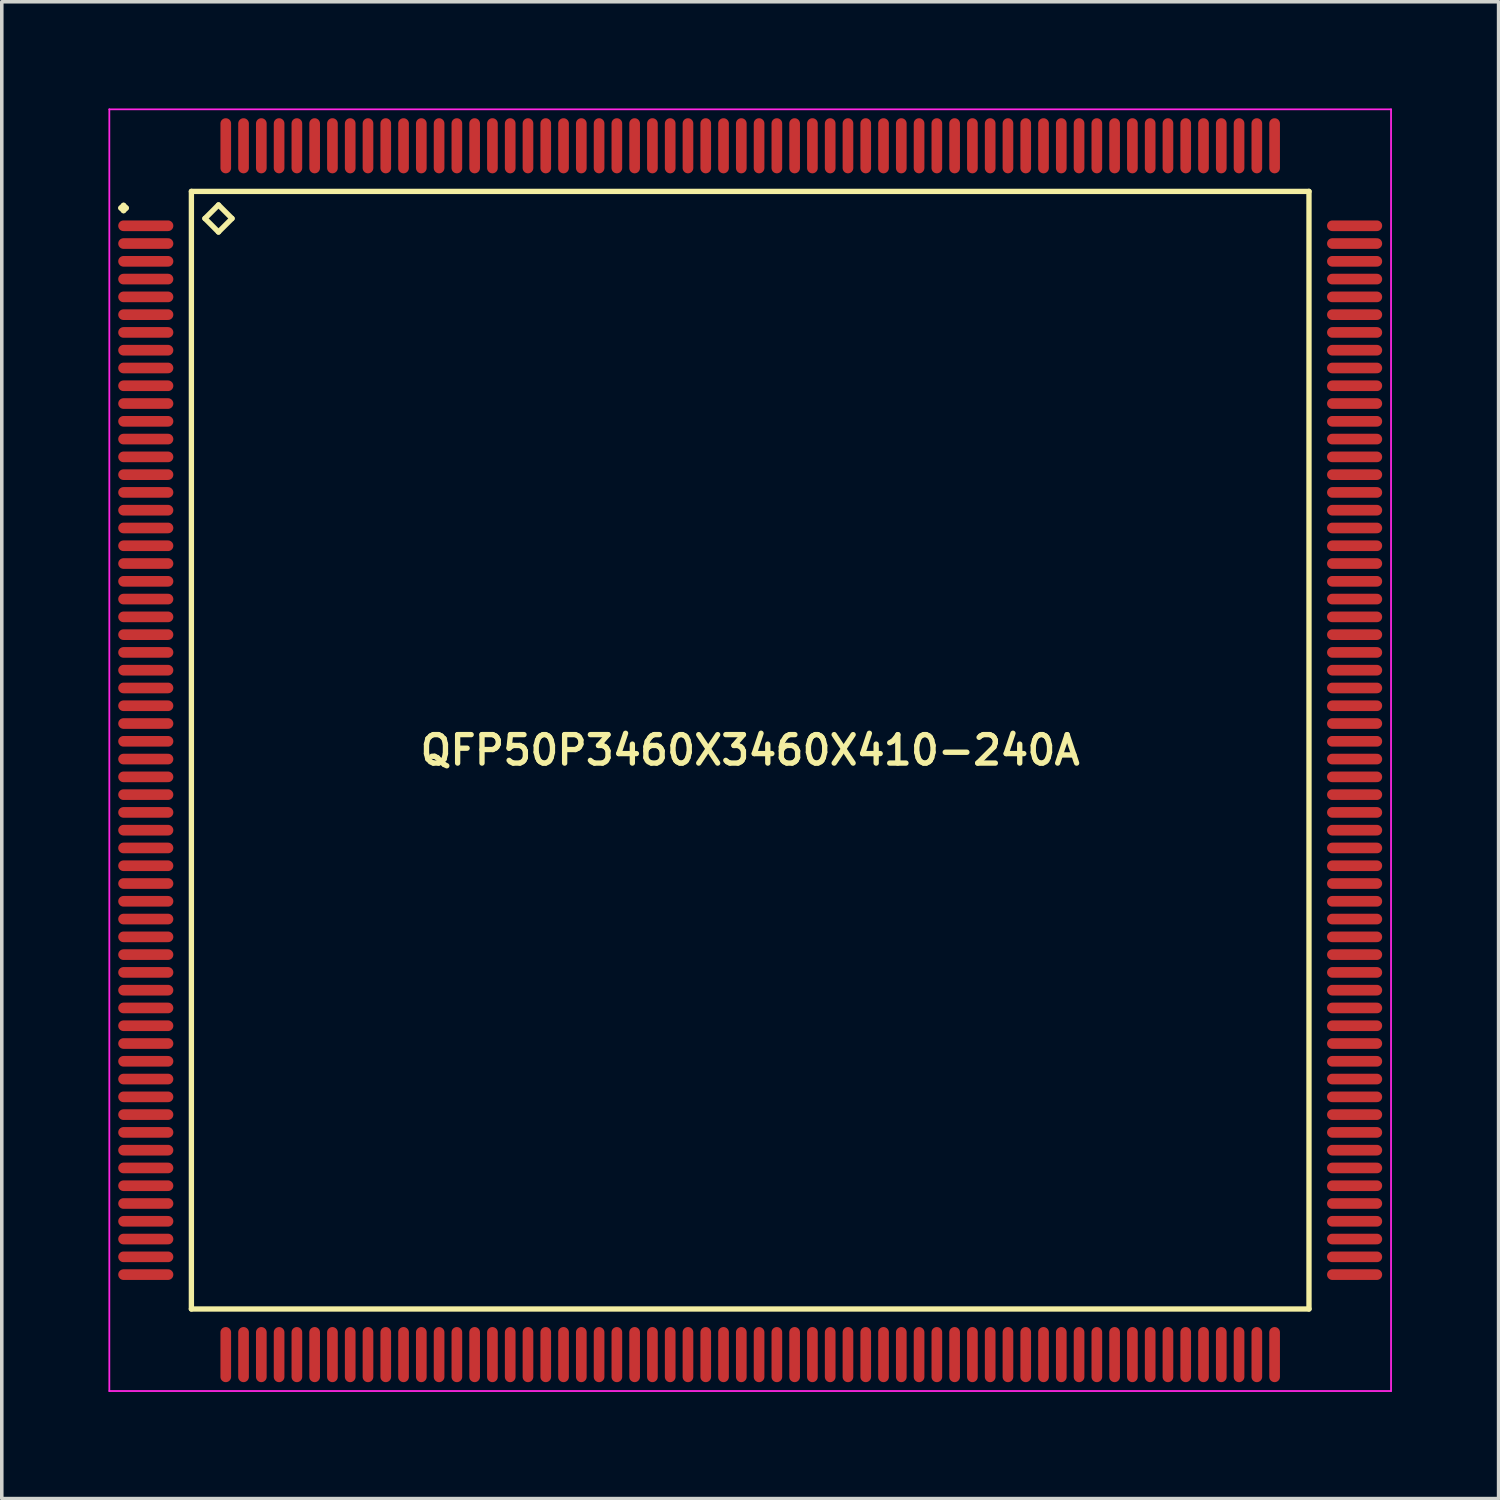
<source format=kicad_pcb>
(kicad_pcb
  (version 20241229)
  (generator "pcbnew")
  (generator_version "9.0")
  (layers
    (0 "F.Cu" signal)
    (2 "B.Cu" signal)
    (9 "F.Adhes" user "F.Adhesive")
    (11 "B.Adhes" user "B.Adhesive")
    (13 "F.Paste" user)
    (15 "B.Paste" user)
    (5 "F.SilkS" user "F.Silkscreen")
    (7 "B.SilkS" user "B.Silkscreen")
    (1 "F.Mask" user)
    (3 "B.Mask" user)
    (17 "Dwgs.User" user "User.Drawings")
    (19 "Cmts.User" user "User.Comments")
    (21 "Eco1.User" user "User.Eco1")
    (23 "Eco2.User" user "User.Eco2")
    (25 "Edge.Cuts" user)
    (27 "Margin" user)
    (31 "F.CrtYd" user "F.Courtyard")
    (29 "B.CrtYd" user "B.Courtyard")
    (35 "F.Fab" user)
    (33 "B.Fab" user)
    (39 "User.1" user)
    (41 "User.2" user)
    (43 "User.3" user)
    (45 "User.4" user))
  (footprint "QFP50P3460X3460X410-240A"
    (layer "F.Cu")
    (at 18.05 18.05)
    (property "Reference" "QFP50P3460X3460X410-240A" (at 0 0 0) (layer "F.SilkS") (effects (font (size 0.8 0.8) (thickness 0.15))))
    (attr smd)
    (fp_line (start -17.7 -15.25) (end -17.625 -15.325) (stroke (width 0.15) (type solid)) (layer "F.SilkS"))
    (fp_line (start -17.625 -15.325) (end -17.55 -15.25) (stroke (width 0.15) (type solid)) (layer "F.SilkS"))
    (fp_line (start -17.625 -15.175) (end -17.7 -15.25) (stroke (width 0.15) (type solid)) (layer "F.SilkS"))
    (fp_line (start -17.55 -15.25) (end -17.625 -15.175) (stroke (width 0.15) (type solid)) (layer "F.SilkS"))
    (fp_line (start -15.717 -15.717) (end -15.717 15.717) (stroke (width 0.15) (type solid)) (layer "F.SilkS"))
    (fp_line (start -15.717 15.717) (end 15.717 15.717) (stroke (width 0.15) (type solid)) (layer "F.SilkS"))
    (fp_line (start -15.336 -14.955) (end -14.955 -15.336) (stroke (width 0.15) (type solid)) (layer "F.SilkS"))
    (fp_line (start -14.955 -15.336) (end -14.574 -14.955) (stroke (width 0.15) (type solid)) (layer "F.SilkS"))
    (fp_line (start -14.955 -14.574) (end -15.336 -14.955) (stroke (width 0.15) (type solid)) (layer "F.SilkS"))
    (fp_line (start -14.574 -14.955) (end -14.955 -14.574) (stroke (width 0.15) (type solid)) (layer "F.SilkS"))
    (fp_line (start 15.717 -15.717) (end -15.717 -15.717) (stroke (width 0.15) (type solid)) (layer "F.SilkS"))
    (fp_line (start 15.717 15.717) (end 15.717 -15.717) (stroke (width 0.15) (type solid)) (layer "F.SilkS"))
    (fp_line (start -18.025 -18.025) (end 18.025 -18.025) (stroke (width 0.05) (type solid)) (layer "F.CrtYd"))
    (fp_line (start -18.025 18.025) (end -18.025 -18.025) (stroke (width 0.05) (type solid)) (layer "F.CrtYd"))
    (fp_line (start 18.025 -18.025) (end 18.025 18.025) (stroke (width 0.05) (type solid)) (layer "F.CrtYd"))
    (fp_line (start 18.025 18.025) (end -18.025 18.025) (stroke (width 0.05) (type solid)) (layer "F.CrtYd"))
    (pad "1" smd oval (at -17 -14.75) (size 1.55 0.3) (layers "F.Cu" "F.Mask" "F.Paste"))
    (pad "2" smd oval (at -17 -14.25) (size 1.55 0.3) (layers "F.Cu" "F.Mask" "F.Paste"))
    (pad "3" smd oval (at -17 -13.75) (size 1.55 0.3) (layers "F.Cu" "F.Mask" "F.Paste"))
    (pad "4" smd oval (at -17 -13.25) (size 1.55 0.3) (layers "F.Cu" "F.Mask" "F.Paste"))
    (pad "5" smd oval (at -17 -12.75) (size 1.55 0.3) (layers "F.Cu" "F.Mask" "F.Paste"))
    (pad "6" smd oval (at -17 -12.25) (size 1.55 0.3) (layers "F.Cu" "F.Mask" "F.Paste"))
    (pad "7" smd oval (at -17 -11.75) (size 1.55 0.3) (layers "F.Cu" "F.Mask" "F.Paste"))
    (pad "8" smd oval (at -17 -11.25) (size 1.55 0.3) (layers "F.Cu" "F.Mask" "F.Paste"))
    (pad "9" smd oval (at -17 -10.75) (size 1.55 0.3) (layers "F.Cu" "F.Mask" "F.Paste"))
    (pad "10" smd oval (at -17 -10.25) (size 1.55 0.3) (layers "F.Cu" "F.Mask" "F.Paste"))
    (pad "11" smd oval (at -17 -9.75) (size 1.55 0.3) (layers "F.Cu" "F.Mask" "F.Paste"))
    (pad "12" smd oval (at -17 -9.25) (size 1.55 0.3) (layers "F.Cu" "F.Mask" "F.Paste"))
    (pad "13" smd oval (at -17 -8.75) (size 1.55 0.3) (layers "F.Cu" "F.Mask" "F.Paste"))
    (pad "14" smd oval (at -17 -8.25) (size 1.55 0.3) (layers "F.Cu" "F.Mask" "F.Paste"))
    (pad "15" smd oval (at -17 -7.75) (size 1.55 0.3) (layers "F.Cu" "F.Mask" "F.Paste"))
    (pad "16" smd oval (at -17 -7.25) (size 1.55 0.3) (layers "F.Cu" "F.Mask" "F.Paste"))
    (pad "17" smd oval (at -17 -6.75) (size 1.55 0.3) (layers "F.Cu" "F.Mask" "F.Paste"))
    (pad "18" smd oval (at -17 -6.25) (size 1.55 0.3) (layers "F.Cu" "F.Mask" "F.Paste"))
    (pad "19" smd oval (at -17 -5.75) (size 1.55 0.3) (layers "F.Cu" "F.Mask" "F.Paste"))
    (pad "20" smd oval (at -17 -5.25) (size 1.55 0.3) (layers "F.Cu" "F.Mask" "F.Paste"))
    (pad "21" smd oval (at -17 -4.75) (size 1.55 0.3) (layers "F.Cu" "F.Mask" "F.Paste"))
    (pad "22" smd oval (at -17 -4.25) (size 1.55 0.3) (layers "F.Cu" "F.Mask" "F.Paste"))
    (pad "23" smd oval (at -17 -3.75) (size 1.55 0.3) (layers "F.Cu" "F.Mask" "F.Paste"))
    (pad "24" smd oval (at -17 -3.25) (size 1.55 0.3) (layers "F.Cu" "F.Mask" "F.Paste"))
    (pad "25" smd oval (at -17 -2.75) (size 1.55 0.3) (layers "F.Cu" "F.Mask" "F.Paste"))
    (pad "26" smd oval (at -17 -2.25) (size 1.55 0.3) (layers "F.Cu" "F.Mask" "F.Paste"))
    (pad "27" smd oval (at -17 -1.75) (size 1.55 0.3) (layers "F.Cu" "F.Mask" "F.Paste"))
    (pad "28" smd oval (at -17 -1.25) (size 1.55 0.3) (layers "F.Cu" "F.Mask" "F.Paste"))
    (pad "29" smd oval (at -17 -0.75) (size 1.55 0.3) (layers "F.Cu" "F.Mask" "F.Paste"))
    (pad "30" smd oval (at -17 -0.25) (size 1.55 0.3) (layers "F.Cu" "F.Mask" "F.Paste"))
    (pad "31" smd oval (at -17 0.25) (size 1.55 0.3) (layers "F.Cu" "F.Mask" "F.Paste"))
    (pad "32" smd oval (at -17 0.75) (size 1.55 0.3) (layers "F.Cu" "F.Mask" "F.Paste"))
    (pad "33" smd oval (at -17 1.25) (size 1.55 0.3) (layers "F.Cu" "F.Mask" "F.Paste"))
    (pad "34" smd oval (at -17 1.75) (size 1.55 0.3) (layers "F.Cu" "F.Mask" "F.Paste"))
    (pad "35" smd oval (at -17 2.25) (size 1.55 0.3) (layers "F.Cu" "F.Mask" "F.Paste"))
    (pad "36" smd oval (at -17 2.75) (size 1.55 0.3) (layers "F.Cu" "F.Mask" "F.Paste"))
    (pad "37" smd oval (at -17 3.25) (size 1.55 0.3) (layers "F.Cu" "F.Mask" "F.Paste"))
    (pad "38" smd oval (at -17 3.75) (size 1.55 0.3) (layers "F.Cu" "F.Mask" "F.Paste"))
    (pad "39" smd oval (at -17 4.25) (size 1.55 0.3) (layers "F.Cu" "F.Mask" "F.Paste"))
    (pad "40" smd oval (at -17 4.75) (size 1.55 0.3) (layers "F.Cu" "F.Mask" "F.Paste"))
    (pad "41" smd oval (at -17 5.25) (size 1.55 0.3) (layers "F.Cu" "F.Mask" "F.Paste"))
    (pad "42" smd oval (at -17 5.75) (size 1.55 0.3) (layers "F.Cu" "F.Mask" "F.Paste"))
    (pad "43" smd oval (at -17 6.25) (size 1.55 0.3) (layers "F.Cu" "F.Mask" "F.Paste"))
    (pad "44" smd oval (at -17 6.75) (size 1.55 0.3) (layers "F.Cu" "F.Mask" "F.Paste"))
    (pad "45" smd oval (at -17 7.25) (size 1.55 0.3) (layers "F.Cu" "F.Mask" "F.Paste"))
    (pad "46" smd oval (at -17 7.75) (size 1.55 0.3) (layers "F.Cu" "F.Mask" "F.Paste"))
    (pad "47" smd oval (at -17 8.25) (size 1.55 0.3) (layers "F.Cu" "F.Mask" "F.Paste"))
    (pad "48" smd oval (at -17 8.75) (size 1.55 0.3) (layers "F.Cu" "F.Mask" "F.Paste"))
    (pad "49" smd oval (at -17 9.25) (size 1.55 0.3) (layers "F.Cu" "F.Mask" "F.Paste"))
    (pad "50" smd oval (at -17 9.75) (size 1.55 0.3) (layers "F.Cu" "F.Mask" "F.Paste"))
    (pad "51" smd oval (at -17 10.25) (size 1.55 0.3) (layers "F.Cu" "F.Mask" "F.Paste"))
    (pad "52" smd oval (at -17 10.75) (size 1.55 0.3) (layers "F.Cu" "F.Mask" "F.Paste"))
    (pad "53" smd oval (at -17 11.25) (size 1.55 0.3) (layers "F.Cu" "F.Mask" "F.Paste"))
    (pad "54" smd oval (at -17 11.75) (size 1.55 0.3) (layers "F.Cu" "F.Mask" "F.Paste"))
    (pad "55" smd oval (at -17 12.25) (size 1.55 0.3) (layers "F.Cu" "F.Mask" "F.Paste"))
    (pad "56" smd oval (at -17 12.75) (size 1.55 0.3) (layers "F.Cu" "F.Mask" "F.Paste"))
    (pad "57" smd oval (at -17 13.25) (size 1.55 0.3) (layers "F.Cu" "F.Mask" "F.Paste"))
    (pad "58" smd oval (at -17 13.75) (size 1.55 0.3) (layers "F.Cu" "F.Mask" "F.Paste"))
    (pad "59" smd oval (at -17 14.25) (size 1.55 0.3) (layers "F.Cu" "F.Mask" "F.Paste"))
    (pad "60" smd oval (at -17 14.75) (size 1.55 0.3) (layers "F.Cu" "F.Mask" "F.Paste"))
    (pad "61" smd oval (at -14.75 17) (size 0.3 1.55) (layers "F.Cu" "F.Mask" "F.Paste"))
    (pad "62" smd oval (at -14.25 17) (size 0.3 1.55) (layers "F.Cu" "F.Mask" "F.Paste"))
    (pad "63" smd oval (at -13.75 17) (size 0.3 1.55) (layers "F.Cu" "F.Mask" "F.Paste"))
    (pad "64" smd oval (at -13.25 17) (size 0.3 1.55) (layers "F.Cu" "F.Mask" "F.Paste"))
    (pad "65" smd oval (at -12.75 17) (size 0.3 1.55) (layers "F.Cu" "F.Mask" "F.Paste"))
    (pad "66" smd oval (at -12.25 17) (size 0.3 1.55) (layers "F.Cu" "F.Mask" "F.Paste"))
    (pad "67" smd oval (at -11.75 17) (size 0.3 1.55) (layers "F.Cu" "F.Mask" "F.Paste"))
    (pad "68" smd oval (at -11.25 17) (size 0.3 1.55) (layers "F.Cu" "F.Mask" "F.Paste"))
    (pad "69" smd oval (at -10.75 17) (size 0.3 1.55) (layers "F.Cu" "F.Mask" "F.Paste"))
    (pad "70" smd oval (at -10.25 17) (size 0.3 1.55) (layers "F.Cu" "F.Mask" "F.Paste"))
    (pad "71" smd oval (at -9.75 17) (size 0.3 1.55) (layers "F.Cu" "F.Mask" "F.Paste"))
    (pad "72" smd oval (at -9.25 17) (size 0.3 1.55) (layers "F.Cu" "F.Mask" "F.Paste"))
    (pad "73" smd oval (at -8.75 17) (size 0.3 1.55) (layers "F.Cu" "F.Mask" "F.Paste"))
    (pad "74" smd oval (at -8.25 17) (size 0.3 1.55) (layers "F.Cu" "F.Mask" "F.Paste"))
    (pad "75" smd oval (at -7.75 17) (size 0.3 1.55) (layers "F.Cu" "F.Mask" "F.Paste"))
    (pad "76" smd oval (at -7.25 17) (size 0.3 1.55) (layers "F.Cu" "F.Mask" "F.Paste"))
    (pad "77" smd oval (at -6.75 17) (size 0.3 1.55) (layers "F.Cu" "F.Mask" "F.Paste"))
    (pad "78" smd oval (at -6.25 17) (size 0.3 1.55) (layers "F.Cu" "F.Mask" "F.Paste"))
    (pad "79" smd oval (at -5.75 17) (size 0.3 1.55) (layers "F.Cu" "F.Mask" "F.Paste"))
    (pad "80" smd oval (at -5.25 17) (size 0.3 1.55) (layers "F.Cu" "F.Mask" "F.Paste"))
    (pad "81" smd oval (at -4.75 17) (size 0.3 1.55) (layers "F.Cu" "F.Mask" "F.Paste"))
    (pad "82" smd oval (at -4.25 17) (size 0.3 1.55) (layers "F.Cu" "F.Mask" "F.Paste"))
    (pad "83" smd oval (at -3.75 17) (size 0.3 1.55) (layers "F.Cu" "F.Mask" "F.Paste"))
    (pad "84" smd oval (at -3.25 17) (size 0.3 1.55) (layers "F.Cu" "F.Mask" "F.Paste"))
    (pad "85" smd oval (at -2.75 17) (size 0.3 1.55) (layers "F.Cu" "F.Mask" "F.Paste"))
    (pad "86" smd oval (at -2.25 17) (size 0.3 1.55) (layers "F.Cu" "F.Mask" "F.Paste"))
    (pad "87" smd oval (at -1.75 17) (size 0.3 1.55) (layers "F.Cu" "F.Mask" "F.Paste"))
    (pad "88" smd oval (at -1.25 17) (size 0.3 1.55) (layers "F.Cu" "F.Mask" "F.Paste"))
    (pad "89" smd oval (at -0.75 17) (size 0.3 1.55) (layers "F.Cu" "F.Mask" "F.Paste"))
    (pad "90" smd oval (at -0.25 17) (size 0.3 1.55) (layers "F.Cu" "F.Mask" "F.Paste"))
    (pad "91" smd oval (at 0.25 17) (size 0.3 1.55) (layers "F.Cu" "F.Mask" "F.Paste"))
    (pad "92" smd oval (at 0.75 17) (size 0.3 1.55) (layers "F.Cu" "F.Mask" "F.Paste"))
    (pad "93" smd oval (at 1.25 17) (size 0.3 1.55) (layers "F.Cu" "F.Mask" "F.Paste"))
    (pad "94" smd oval (at 1.75 17) (size 0.3 1.55) (layers "F.Cu" "F.Mask" "F.Paste"))
    (pad "95" smd oval (at 2.25 17) (size 0.3 1.55) (layers "F.Cu" "F.Mask" "F.Paste"))
    (pad "96" smd oval (at 2.75 17) (size 0.3 1.55) (layers "F.Cu" "F.Mask" "F.Paste"))
    (pad "97" smd oval (at 3.25 17) (size 0.3 1.55) (layers "F.Cu" "F.Mask" "F.Paste"))
    (pad "98" smd oval (at 3.75 17) (size 0.3 1.55) (layers "F.Cu" "F.Mask" "F.Paste"))
    (pad "99" smd oval (at 4.25 17) (size 0.3 1.55) (layers "F.Cu" "F.Mask" "F.Paste"))
    (pad "100" smd oval (at 4.75 17) (size 0.3 1.55) (layers "F.Cu" "F.Mask" "F.Paste"))
    (pad "101" smd oval (at 5.25 17) (size 0.3 1.55) (layers "F.Cu" "F.Mask" "F.Paste"))
    (pad "102" smd oval (at 5.75 17) (size 0.3 1.55) (layers "F.Cu" "F.Mask" "F.Paste"))
    (pad "103" smd oval (at 6.25 17) (size 0.3 1.55) (layers "F.Cu" "F.Mask" "F.Paste"))
    (pad "104" smd oval (at 6.75 17) (size 0.3 1.55) (layers "F.Cu" "F.Mask" "F.Paste"))
    (pad "105" smd oval (at 7.25 17) (size 0.3 1.55) (layers "F.Cu" "F.Mask" "F.Paste"))
    (pad "106" smd oval (at 7.75 17) (size 0.3 1.55) (layers "F.Cu" "F.Mask" "F.Paste"))
    (pad "107" smd oval (at 8.25 17) (size 0.3 1.55) (layers "F.Cu" "F.Mask" "F.Paste"))
    (pad "108" smd oval (at 8.75 17) (size 0.3 1.55) (layers "F.Cu" "F.Mask" "F.Paste"))
    (pad "109" smd oval (at 9.25 17) (size 0.3 1.55) (layers "F.Cu" "F.Mask" "F.Paste"))
    (pad "110" smd oval (at 9.75 17) (size 0.3 1.55) (layers "F.Cu" "F.Mask" "F.Paste"))
    (pad "111" smd oval (at 10.25 17) (size 0.3 1.55) (layers "F.Cu" "F.Mask" "F.Paste"))
    (pad "112" smd oval (at 10.75 17) (size 0.3 1.55) (layers "F.Cu" "F.Mask" "F.Paste"))
    (pad "113" smd oval (at 11.25 17) (size 0.3 1.55) (layers "F.Cu" "F.Mask" "F.Paste"))
    (pad "114" smd oval (at 11.75 17) (size 0.3 1.55) (layers "F.Cu" "F.Mask" "F.Paste"))
    (pad "115" smd oval (at 12.25 17) (size 0.3 1.55) (layers "F.Cu" "F.Mask" "F.Paste"))
    (pad "116" smd oval (at 12.75 17) (size 0.3 1.55) (layers "F.Cu" "F.Mask" "F.Paste"))
    (pad "117" smd oval (at 13.25 17) (size 0.3 1.55) (layers "F.Cu" "F.Mask" "F.Paste"))
    (pad "118" smd oval (at 13.75 17) (size 0.3 1.55) (layers "F.Cu" "F.Mask" "F.Paste"))
    (pad "119" smd oval (at 14.25 17) (size 0.3 1.55) (layers "F.Cu" "F.Mask" "F.Paste"))
    (pad "120" smd oval (at 14.75 17) (size 0.3 1.55) (layers "F.Cu" "F.Mask" "F.Paste"))
    (pad "121" smd oval (at 17 14.75) (size 1.55 0.3) (layers "F.Cu" "F.Mask" "F.Paste"))
    (pad "122" smd oval (at 17 14.25) (size 1.55 0.3) (layers "F.Cu" "F.Mask" "F.Paste"))
    (pad "123" smd oval (at 17 13.75) (size 1.55 0.3) (layers "F.Cu" "F.Mask" "F.Paste"))
    (pad "124" smd oval (at 17 13.25) (size 1.55 0.3) (layers "F.Cu" "F.Mask" "F.Paste"))
    (pad "125" smd oval (at 17 12.75) (size 1.55 0.3) (layers "F.Cu" "F.Mask" "F.Paste"))
    (pad "126" smd oval (at 17 12.25) (size 1.55 0.3) (layers "F.Cu" "F.Mask" "F.Paste"))
    (pad "127" smd oval (at 17 11.75) (size 1.55 0.3) (layers "F.Cu" "F.Mask" "F.Paste"))
    (pad "128" smd oval (at 17 11.25) (size 1.55 0.3) (layers "F.Cu" "F.Mask" "F.Paste"))
    (pad "129" smd oval (at 17 10.75) (size 1.55 0.3) (layers "F.Cu" "F.Mask" "F.Paste"))
    (pad "130" smd oval (at 17 10.25) (size 1.55 0.3) (layers "F.Cu" "F.Mask" "F.Paste"))
    (pad "131" smd oval (at 17 9.75) (size 1.55 0.3) (layers "F.Cu" "F.Mask" "F.Paste"))
    (pad "132" smd oval (at 17 9.25) (size 1.55 0.3) (layers "F.Cu" "F.Mask" "F.Paste"))
    (pad "133" smd oval (at 17 8.75) (size 1.55 0.3) (layers "F.Cu" "F.Mask" "F.Paste"))
    (pad "134" smd oval (at 17 8.25) (size 1.55 0.3) (layers "F.Cu" "F.Mask" "F.Paste"))
    (pad "135" smd oval (at 17 7.75) (size 1.55 0.3) (layers "F.Cu" "F.Mask" "F.Paste"))
    (pad "136" smd oval (at 17 7.25) (size 1.55 0.3) (layers "F.Cu" "F.Mask" "F.Paste"))
    (pad "137" smd oval (at 17 6.75) (size 1.55 0.3) (layers "F.Cu" "F.Mask" "F.Paste"))
    (pad "138" smd oval (at 17 6.25) (size 1.55 0.3) (layers "F.Cu" "F.Mask" "F.Paste"))
    (pad "139" smd oval (at 17 5.75) (size 1.55 0.3) (layers "F.Cu" "F.Mask" "F.Paste"))
    (pad "140" smd oval (at 17 5.25) (size 1.55 0.3) (layers "F.Cu" "F.Mask" "F.Paste"))
    (pad "141" smd oval (at 17 4.75) (size 1.55 0.3) (layers "F.Cu" "F.Mask" "F.Paste"))
    (pad "142" smd oval (at 17 4.25) (size 1.55 0.3) (layers "F.Cu" "F.Mask" "F.Paste"))
    (pad "143" smd oval (at 17 3.75) (size 1.55 0.3) (layers "F.Cu" "F.Mask" "F.Paste"))
    (pad "144" smd oval (at 17 3.25) (size 1.55 0.3) (layers "F.Cu" "F.Mask" "F.Paste"))
    (pad "145" smd oval (at 17 2.75) (size 1.55 0.3) (layers "F.Cu" "F.Mask" "F.Paste"))
    (pad "146" smd oval (at 17 2.25) (size 1.55 0.3) (layers "F.Cu" "F.Mask" "F.Paste"))
    (pad "147" smd oval (at 17 1.75) (size 1.55 0.3) (layers "F.Cu" "F.Mask" "F.Paste"))
    (pad "148" smd oval (at 17 1.25) (size 1.55 0.3) (layers "F.Cu" "F.Mask" "F.Paste"))
    (pad "149" smd oval (at 17 0.75) (size 1.55 0.3) (layers "F.Cu" "F.Mask" "F.Paste"))
    (pad "150" smd oval (at 17 0.25) (size 1.55 0.3) (layers "F.Cu" "F.Mask" "F.Paste"))
    (pad "151" smd oval (at 17 -0.25) (size 1.55 0.3) (layers "F.Cu" "F.Mask" "F.Paste"))
    (pad "152" smd oval (at 17 -0.75) (size 1.55 0.3) (layers "F.Cu" "F.Mask" "F.Paste"))
    (pad "153" smd oval (at 17 -1.25) (size 1.55 0.3) (layers "F.Cu" "F.Mask" "F.Paste"))
    (pad "154" smd oval (at 17 -1.75) (size 1.55 0.3) (layers "F.Cu" "F.Mask" "F.Paste"))
    (pad "155" smd oval (at 17 -2.25) (size 1.55 0.3) (layers "F.Cu" "F.Mask" "F.Paste"))
    (pad "156" smd oval (at 17 -2.75) (size 1.55 0.3) (layers "F.Cu" "F.Mask" "F.Paste"))
    (pad "157" smd oval (at 17 -3.25) (size 1.55 0.3) (layers "F.Cu" "F.Mask" "F.Paste"))
    (pad "158" smd oval (at 17 -3.75) (size 1.55 0.3) (layers "F.Cu" "F.Mask" "F.Paste"))
    (pad "159" smd oval (at 17 -4.25) (size 1.55 0.3) (layers "F.Cu" "F.Mask" "F.Paste"))
    (pad "160" smd oval (at 17 -4.75) (size 1.55 0.3) (layers "F.Cu" "F.Mask" "F.Paste"))
    (pad "161" smd oval (at 17 -5.25) (size 1.55 0.3) (layers "F.Cu" "F.Mask" "F.Paste"))
    (pad "162" smd oval (at 17 -5.75) (size 1.55 0.3) (layers "F.Cu" "F.Mask" "F.Paste"))
    (pad "163" smd oval (at 17 -6.25) (size 1.55 0.3) (layers "F.Cu" "F.Mask" "F.Paste"))
    (pad "164" smd oval (at 17 -6.75) (size 1.55 0.3) (layers "F.Cu" "F.Mask" "F.Paste"))
    (pad "165" smd oval (at 17 -7.25) (size 1.55 0.3) (layers "F.Cu" "F.Mask" "F.Paste"))
    (pad "166" smd oval (at 17 -7.75) (size 1.55 0.3) (layers "F.Cu" "F.Mask" "F.Paste"))
    (pad "167" smd oval (at 17 -8.25) (size 1.55 0.3) (layers "F.Cu" "F.Mask" "F.Paste"))
    (pad "168" smd oval (at 17 -8.75) (size 1.55 0.3) (layers "F.Cu" "F.Mask" "F.Paste"))
    (pad "169" smd oval (at 17 -9.25) (size 1.55 0.3) (layers "F.Cu" "F.Mask" "F.Paste"))
    (pad "170" smd oval (at 17 -9.75) (size 1.55 0.3) (layers "F.Cu" "F.Mask" "F.Paste"))
    (pad "171" smd oval (at 17 -10.25) (size 1.55 0.3) (layers "F.Cu" "F.Mask" "F.Paste"))
    (pad "172" smd oval (at 17 -10.75) (size 1.55 0.3) (layers "F.Cu" "F.Mask" "F.Paste"))
    (pad "173" smd oval (at 17 -11.25) (size 1.55 0.3) (layers "F.Cu" "F.Mask" "F.Paste"))
    (pad "174" smd oval (at 17 -11.75) (size 1.55 0.3) (layers "F.Cu" "F.Mask" "F.Paste"))
    (pad "175" smd oval (at 17 -12.25) (size 1.55 0.3) (layers "F.Cu" "F.Mask" "F.Paste"))
    (pad "176" smd oval (at 17 -12.75) (size 1.55 0.3) (layers "F.Cu" "F.Mask" "F.Paste"))
    (pad "177" smd oval (at 17 -13.25) (size 1.55 0.3) (layers "F.Cu" "F.Mask" "F.Paste"))
    (pad "178" smd oval (at 17 -13.75) (size 1.55 0.3) (layers "F.Cu" "F.Mask" "F.Paste"))
    (pad "179" smd oval (at 17 -14.25) (size 1.55 0.3) (layers "F.Cu" "F.Mask" "F.Paste"))
    (pad "180" smd oval (at 17 -14.75) (size 1.55 0.3) (layers "F.Cu" "F.Mask" "F.Paste"))
    (pad "181" smd oval (at 14.75 -17) (size 0.3 1.55) (layers "F.Cu" "F.Mask" "F.Paste"))
    (pad "182" smd oval (at 14.25 -17) (size 0.3 1.55) (layers "F.Cu" "F.Mask" "F.Paste"))
    (pad "183" smd oval (at 13.75 -17) (size 0.3 1.55) (layers "F.Cu" "F.Mask" "F.Paste"))
    (pad "184" smd oval (at 13.25 -17) (size 0.3 1.55) (layers "F.Cu" "F.Mask" "F.Paste"))
    (pad "185" smd oval (at 12.75 -17) (size 0.3 1.55) (layers "F.Cu" "F.Mask" "F.Paste"))
    (pad "186" smd oval (at 12.25 -17) (size 0.3 1.55) (layers "F.Cu" "F.Mask" "F.Paste"))
    (pad "187" smd oval (at 11.75 -17) (size 0.3 1.55) (layers "F.Cu" "F.Mask" "F.Paste"))
    (pad "188" smd oval (at 11.25 -17) (size 0.3 1.55) (layers "F.Cu" "F.Mask" "F.Paste"))
    (pad "189" smd oval (at 10.75 -17) (size 0.3 1.55) (layers "F.Cu" "F.Mask" "F.Paste"))
    (pad "190" smd oval (at 10.25 -17) (size 0.3 1.55) (layers "F.Cu" "F.Mask" "F.Paste"))
    (pad "191" smd oval (at 9.75 -17) (size 0.3 1.55) (layers "F.Cu" "F.Mask" "F.Paste"))
    (pad "192" smd oval (at 9.25 -17) (size 0.3 1.55) (layers "F.Cu" "F.Mask" "F.Paste"))
    (pad "193" smd oval (at 8.75 -17) (size 0.3 1.55) (layers "F.Cu" "F.Mask" "F.Paste"))
    (pad "194" smd oval (at 8.25 -17) (size 0.3 1.55) (layers "F.Cu" "F.Mask" "F.Paste"))
    (pad "195" smd oval (at 7.75 -17) (size 0.3 1.55) (layers "F.Cu" "F.Mask" "F.Paste"))
    (pad "196" smd oval (at 7.25 -17) (size 0.3 1.55) (layers "F.Cu" "F.Mask" "F.Paste"))
    (pad "197" smd oval (at 6.75 -17) (size 0.3 1.55) (layers "F.Cu" "F.Mask" "F.Paste"))
    (pad "198" smd oval (at 6.25 -17) (size 0.3 1.55) (layers "F.Cu" "F.Mask" "F.Paste"))
    (pad "199" smd oval (at 5.75 -17) (size 0.3 1.55) (layers "F.Cu" "F.Mask" "F.Paste"))
    (pad "200" smd oval (at 5.25 -17) (size 0.3 1.55) (layers "F.Cu" "F.Mask" "F.Paste"))
    (pad "201" smd oval (at 4.75 -17) (size 0.3 1.55) (layers "F.Cu" "F.Mask" "F.Paste"))
    (pad "202" smd oval (at 4.25 -17) (size 0.3 1.55) (layers "F.Cu" "F.Mask" "F.Paste"))
    (pad "203" smd oval (at 3.75 -17) (size 0.3 1.55) (layers "F.Cu" "F.Mask" "F.Paste"))
    (pad "204" smd oval (at 3.25 -17) (size 0.3 1.55) (layers "F.Cu" "F.Mask" "F.Paste"))
    (pad "205" smd oval (at 2.75 -17) (size 0.3 1.55) (layers "F.Cu" "F.Mask" "F.Paste"))
    (pad "206" smd oval (at 2.25 -17) (size 0.3 1.55) (layers "F.Cu" "F.Mask" "F.Paste"))
    (pad "207" smd oval (at 1.75 -17) (size 0.3 1.55) (layers "F.Cu" "F.Mask" "F.Paste"))
    (pad "208" smd oval (at 1.25 -17) (size 0.3 1.55) (layers "F.Cu" "F.Mask" "F.Paste"))
    (pad "209" smd oval (at 0.75 -17) (size 0.3 1.55) (layers "F.Cu" "F.Mask" "F.Paste"))
    (pad "210" smd oval (at 0.25 -17) (size 0.3 1.55) (layers "F.Cu" "F.Mask" "F.Paste"))
    (pad "211" smd oval (at -0.25 -17) (size 0.3 1.55) (layers "F.Cu" "F.Mask" "F.Paste"))
    (pad "212" smd oval (at -0.75 -17) (size 0.3 1.55) (layers "F.Cu" "F.Mask" "F.Paste"))
    (pad "213" smd oval (at -1.25 -17) (size 0.3 1.55) (layers "F.Cu" "F.Mask" "F.Paste"))
    (pad "214" smd oval (at -1.75 -17) (size 0.3 1.55) (layers "F.Cu" "F.Mask" "F.Paste"))
    (pad "215" smd oval (at -2.25 -17) (size 0.3 1.55) (layers "F.Cu" "F.Mask" "F.Paste"))
    (pad "216" smd oval (at -2.75 -17) (size 0.3 1.55) (layers "F.Cu" "F.Mask" "F.Paste"))
    (pad "217" smd oval (at -3.25 -17) (size 0.3 1.55) (layers "F.Cu" "F.Mask" "F.Paste"))
    (pad "218" smd oval (at -3.75 -17) (size 0.3 1.55) (layers "F.Cu" "F.Mask" "F.Paste"))
    (pad "219" smd oval (at -4.25 -17) (size 0.3 1.55) (layers "F.Cu" "F.Mask" "F.Paste"))
    (pad "220" smd oval (at -4.75 -17) (size 0.3 1.55) (layers "F.Cu" "F.Mask" "F.Paste"))
    (pad "221" smd oval (at -5.25 -17) (size 0.3 1.55) (layers "F.Cu" "F.Mask" "F.Paste"))
    (pad "222" smd oval (at -5.75 -17) (size 0.3 1.55) (layers "F.Cu" "F.Mask" "F.Paste"))
    (pad "223" smd oval (at -6.25 -17) (size 0.3 1.55) (layers "F.Cu" "F.Mask" "F.Paste"))
    (pad "224" smd oval (at -6.75 -17) (size 0.3 1.55) (layers "F.Cu" "F.Mask" "F.Paste"))
    (pad "225" smd oval (at -7.25 -17) (size 0.3 1.55) (layers "F.Cu" "F.Mask" "F.Paste"))
    (pad "226" smd oval (at -7.75 -17) (size 0.3 1.55) (layers "F.Cu" "F.Mask" "F.Paste"))
    (pad "227" smd oval (at -8.25 -17) (size 0.3 1.55) (layers "F.Cu" "F.Mask" "F.Paste"))
    (pad "228" smd oval (at -8.75 -17) (size 0.3 1.55) (layers "F.Cu" "F.Mask" "F.Paste"))
    (pad "229" smd oval (at -9.25 -17) (size 0.3 1.55) (layers "F.Cu" "F.Mask" "F.Paste"))
    (pad "230" smd oval (at -9.75 -17) (size 0.3 1.55) (layers "F.Cu" "F.Mask" "F.Paste"))
    (pad "231" smd oval (at -10.25 -17) (size 0.3 1.55) (layers "F.Cu" "F.Mask" "F.Paste"))
    (pad "232" smd oval (at -10.75 -17) (size 0.3 1.55) (layers "F.Cu" "F.Mask" "F.Paste"))
    (pad "233" smd oval (at -11.25 -17) (size 0.3 1.55) (layers "F.Cu" "F.Mask" "F.Paste"))
    (pad "234" smd oval (at -11.75 -17) (size 0.3 1.55) (layers "F.Cu" "F.Mask" "F.Paste"))
    (pad "235" smd oval (at -12.25 -17) (size 0.3 1.55) (layers "F.Cu" "F.Mask" "F.Paste"))
    (pad "236" smd oval (at -12.75 -17) (size 0.3 1.55) (layers "F.Cu" "F.Mask" "F.Paste"))
    (pad "237" smd oval (at -13.25 -17) (size 0.3 1.55) (layers "F.Cu" "F.Mask" "F.Paste"))
    (pad "238" smd oval (at -13.75 -17) (size 0.3 1.55) (layers "F.Cu" "F.Mask" "F.Paste"))
    (pad "239" smd oval (at -14.25 -17) (size 0.3 1.55) (layers "F.Cu" "F.Mask" "F.Paste"))
    (pad "240" smd oval (at -14.75 -17) (size 0.3 1.55) (layers "F.Cu" "F.Mask" "F.Paste")))
  (gr_rect
    (start -3 -3)
    (end 39.1 39.1)
    (stroke (width 0.1) (type default))
    (fill no)
    (layer "Edge.Cuts")))
</source>
